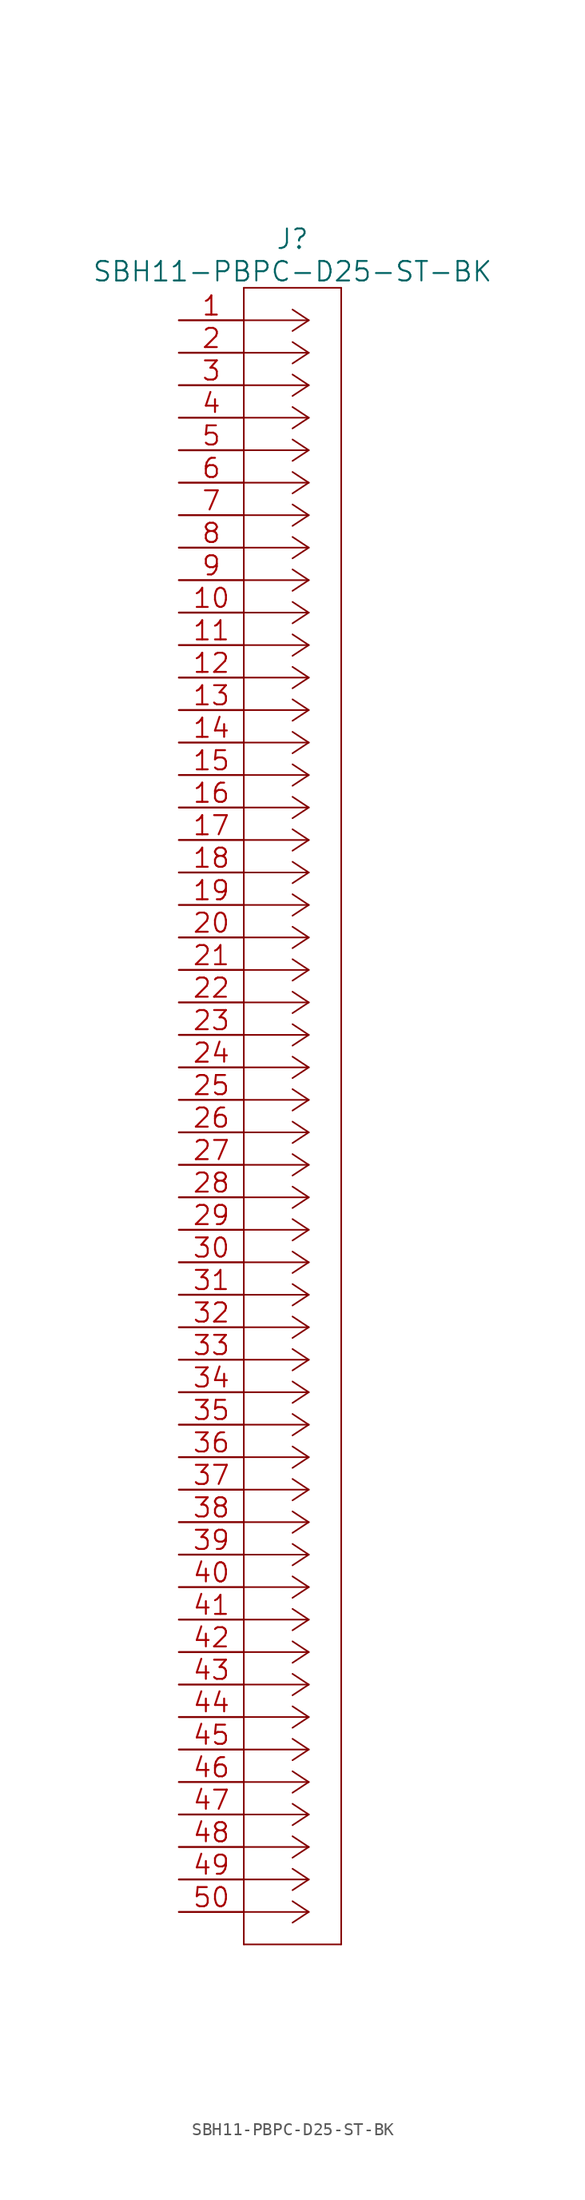
<source format=kicad_sym>
(kicad_symbol_lib
  (version 20211014)
  (generator kicad_symbol_editor)
  (symbol "SBH11-PBPC-D25-ST-BK"
    (pin_names
      (offset 0.254) hide)
    (property "Reference" "J"
      (at 8.89 6.35 0)
      (effects (font (size 1.524 1.524))))
    (property "Value" "SBH11-PBPC-D25-ST-BK"
      (at 8.89 3.81 0)
      (effects (font (size 1.524 1.524))))
    (property "Datasheet" ""
      (at 0 0 0)
      (effects (font (size 1.524 1.524))))
    (property "ki_locked" ""
      (at 0 0 0)
      (effects (font (size 1.27 1.27))))
    (symbol "SBH11-PBPC-D25-ST-BK_1_1"
      (polyline (pts (xy 5.08 -127) (xy 12.7 -127)) (stroke (width 0.127) (type default) (color 0 0 0 0)) (fill (type none)))
      (polyline (pts (xy 5.08 2.54) (xy 5.08 -127)) (stroke (width 0.127) (type default) (color 0 0 0 0)) (fill (type none)))
      (polyline (pts (xy 10.16 -124.46) (xy 5.08 -124.46)) (stroke (width 0.127) (type default) (color 0 0 0 0)) (fill (type none)))
      (polyline (pts (xy 10.16 -124.46) (xy 8.89 -125.298)) (stroke (width 0.127) (type default) (color 0 0 0 0)) (fill (type none)))
      (polyline (pts (xy 10.16 -124.46) (xy 8.89 -123.622)) (stroke (width 0.127) (type default) (color 0 0 0 0)) (fill (type none)))
      (polyline (pts (xy 10.16 -121.92) (xy 5.08 -121.92)) (stroke (width 0.127) (type default) (color 0 0 0 0)) (fill (type none)))
      (polyline (pts (xy 10.16 -121.92) (xy 8.89 -122.758)) (stroke (width 0.127) (type default) (color 0 0 0 0)) (fill (type none)))
      (polyline (pts (xy 10.16 -121.92) (xy 8.89 -121.082)) (stroke (width 0.127) (type default) (color 0 0 0 0)) (fill (type none)))
      (polyline (pts (xy 10.16 -119.38) (xy 5.08 -119.38)) (stroke (width 0.127) (type default) (color 0 0 0 0)) (fill (type none)))
      (polyline (pts (xy 10.16 -119.38) (xy 8.89 -120.218)) (stroke (width 0.127) (type default) (color 0 0 0 0)) (fill (type none)))
      (polyline (pts (xy 10.16 -119.38) (xy 8.89 -118.542)) (stroke (width 0.127) (type default) (color 0 0 0 0)) (fill (type none)))
      (polyline (pts (xy 10.16 -116.84) (xy 5.08 -116.84)) (stroke (width 0.127) (type default) (color 0 0 0 0)) (fill (type none)))
      (polyline (pts (xy 10.16 -116.84) (xy 8.89 -117.678)) (stroke (width 0.127) (type default) (color 0 0 0 0)) (fill (type none)))
      (polyline (pts (xy 10.16 -116.84) (xy 8.89 -116.002)) (stroke (width 0.127) (type default) (color 0 0 0 0)) (fill (type none)))
      (polyline (pts (xy 10.16 -114.3) (xy 5.08 -114.3)) (stroke (width 0.127) (type default) (color 0 0 0 0)) (fill (type none)))
      (polyline (pts (xy 10.16 -114.3) (xy 8.89 -115.138)) (stroke (width 0.127) (type default) (color 0 0 0 0)) (fill (type none)))
      (polyline (pts (xy 10.16 -114.3) (xy 8.89 -113.462)) (stroke (width 0.127) (type default) (color 0 0 0 0)) (fill (type none)))
      (polyline (pts (xy 10.16 -111.76) (xy 5.08 -111.76)) (stroke (width 0.127) (type default) (color 0 0 0 0)) (fill (type none)))
      (polyline (pts (xy 10.16 -111.76) (xy 8.89 -112.598)) (stroke (width 0.127) (type default) (color 0 0 0 0)) (fill (type none)))
      (polyline (pts (xy 10.16 -111.76) (xy 8.89 -110.922)) (stroke (width 0.127) (type default) (color 0 0 0 0)) (fill (type none)))
      (polyline (pts (xy 10.16 -109.22) (xy 5.08 -109.22)) (stroke (width 0.127) (type default) (color 0 0 0 0)) (fill (type none)))
      (polyline (pts (xy 10.16 -109.22) (xy 8.89 -110.058)) (stroke (width 0.127) (type default) (color 0 0 0 0)) (fill (type none)))
      (polyline (pts (xy 10.16 -109.22) (xy 8.89 -108.382)) (stroke (width 0.127) (type default) (color 0 0 0 0)) (fill (type none)))
      (polyline (pts (xy 10.16 -106.68) (xy 5.08 -106.68)) (stroke (width 0.127) (type default) (color 0 0 0 0)) (fill (type none)))
      (polyline (pts (xy 10.16 -106.68) (xy 8.89 -107.518)) (stroke (width 0.127) (type default) (color 0 0 0 0)) (fill (type none)))
      (polyline (pts (xy 10.16 -106.68) (xy 8.89 -105.842)) (stroke (width 0.127) (type default) (color 0 0 0 0)) (fill (type none)))
      (polyline (pts (xy 10.16 -104.14) (xy 5.08 -104.14)) (stroke (width 0.127) (type default) (color 0 0 0 0)) (fill (type none)))
      (polyline (pts (xy 10.16 -104.14) (xy 8.89 -104.978)) (stroke (width 0.127) (type default) (color 0 0 0 0)) (fill (type none)))
      (polyline (pts (xy 10.16 -104.14) (xy 8.89 -103.302)) (stroke (width 0.127) (type default) (color 0 0 0 0)) (fill (type none)))
      (polyline (pts (xy 10.16 -101.6) (xy 5.08 -101.6)) (stroke (width 0.127) (type default) (color 0 0 0 0)) (fill (type none)))
      (polyline (pts (xy 10.16 -101.6) (xy 8.89 -102.438)) (stroke (width 0.127) (type default) (color 0 0 0 0)) (fill (type none)))
      (polyline (pts (xy 10.16 -101.6) (xy 8.89 -100.762)) (stroke (width 0.127) (type default) (color 0 0 0 0)) (fill (type none)))
      (polyline (pts (xy 10.16 -99.06) (xy 5.08 -99.06)) (stroke (width 0.127) (type default) (color 0 0 0 0)) (fill (type none)))
      (polyline (pts (xy 10.16 -99.06) (xy 8.89 -99.898)) (stroke (width 0.127) (type default) (color 0 0 0 0)) (fill (type none)))
      (polyline (pts (xy 10.16 -99.06) (xy 8.89 -98.222)) (stroke (width 0.127) (type default) (color 0 0 0 0)) (fill (type none)))
      (polyline (pts (xy 10.16 -96.52) (xy 5.08 -96.52)) (stroke (width 0.127) (type default) (color 0 0 0 0)) (fill (type none)))
      (polyline (pts (xy 10.16 -96.52) (xy 8.89 -97.358)) (stroke (width 0.127) (type default) (color 0 0 0 0)) (fill (type none)))
      (polyline (pts (xy 10.16 -96.52) (xy 8.89 -95.682)) (stroke (width 0.127) (type default) (color 0 0 0 0)) (fill (type none)))
      (polyline (pts (xy 10.16 -93.98) (xy 5.08 -93.98)) (stroke (width 0.127) (type default) (color 0 0 0 0)) (fill (type none)))
      (polyline (pts (xy 10.16 -93.98) (xy 8.89 -94.818)) (stroke (width 0.127) (type default) (color 0 0 0 0)) (fill (type none)))
      (polyline (pts (xy 10.16 -93.98) (xy 8.89 -93.142)) (stroke (width 0.127) (type default) (color 0 0 0 0)) (fill (type none)))
      (polyline (pts (xy 10.16 -91.44) (xy 5.08 -91.44)) (stroke (width 0.127) (type default) (color 0 0 0 0)) (fill (type none)))
      (polyline (pts (xy 10.16 -91.44) (xy 8.89 -92.278)) (stroke (width 0.127) (type default) (color 0 0 0 0)) (fill (type none)))
      (polyline (pts (xy 10.16 -91.44) (xy 8.89 -90.602)) (stroke (width 0.127) (type default) (color 0 0 0 0)) (fill (type none)))
      (polyline (pts (xy 10.16 -88.9) (xy 5.08 -88.9)) (stroke (width 0.127) (type default) (color 0 0 0 0)) (fill (type none)))
      (polyline (pts (xy 10.16 -88.9) (xy 8.89 -89.738)) (stroke (width 0.127) (type default) (color 0 0 0 0)) (fill (type none)))
      (polyline (pts (xy 10.16 -88.9) (xy 8.89 -88.062)) (stroke (width 0.127) (type default) (color 0 0 0 0)) (fill (type none)))
      (polyline (pts (xy 10.16 -86.36) (xy 5.08 -86.36)) (stroke (width 0.127) (type default) (color 0 0 0 0)) (fill (type none)))
      (polyline (pts (xy 10.16 -86.36) (xy 8.89 -87.198)) (stroke (width 0.127) (type default) (color 0 0 0 0)) (fill (type none)))
      (polyline (pts (xy 10.16 -86.36) (xy 8.89 -85.522)) (stroke (width 0.127) (type default) (color 0 0 0 0)) (fill (type none)))
      (polyline (pts (xy 10.16 -83.82) (xy 5.08 -83.82)) (stroke (width 0.127) (type default) (color 0 0 0 0)) (fill (type none)))
      (polyline (pts (xy 10.16 -83.82) (xy 8.89 -84.658)) (stroke (width 0.127) (type default) (color 0 0 0 0)) (fill (type none)))
      (polyline (pts (xy 10.16 -83.82) (xy 8.89 -82.982)) (stroke (width 0.127) (type default) (color 0 0 0 0)) (fill (type none)))
      (polyline (pts (xy 10.16 -81.28) (xy 5.08 -81.28)) (stroke (width 0.127) (type default) (color 0 0 0 0)) (fill (type none)))
      (polyline (pts (xy 10.16 -81.28) (xy 8.89 -82.118)) (stroke (width 0.127) (type default) (color 0 0 0 0)) (fill (type none)))
      (polyline (pts (xy 10.16 -81.28) (xy 8.89 -80.442)) (stroke (width 0.127) (type default) (color 0 0 0 0)) (fill (type none)))
      (polyline (pts (xy 10.16 -78.74) (xy 5.08 -78.74)) (stroke (width 0.127) (type default) (color 0 0 0 0)) (fill (type none)))
      (polyline (pts (xy 10.16 -78.74) (xy 8.89 -79.578)) (stroke (width 0.127) (type default) (color 0 0 0 0)) (fill (type none)))
      (polyline (pts (xy 10.16 -78.74) (xy 8.89 -77.902)) (stroke (width 0.127) (type default) (color 0 0 0 0)) (fill (type none)))
      (polyline (pts (xy 10.16 -76.2) (xy 5.08 -76.2)) (stroke (width 0.127) (type default) (color 0 0 0 0)) (fill (type none)))
      (polyline (pts (xy 10.16 -76.2) (xy 8.89 -77.038)) (stroke (width 0.127) (type default) (color 0 0 0 0)) (fill (type none)))
      (polyline (pts (xy 10.16 -76.2) (xy 8.89 -75.362)) (stroke (width 0.127) (type default) (color 0 0 0 0)) (fill (type none)))
      (polyline (pts (xy 10.16 -73.66) (xy 5.08 -73.66)) (stroke (width 0.127) (type default) (color 0 0 0 0)) (fill (type none)))
      (polyline (pts (xy 10.16 -73.66) (xy 8.89 -74.498)) (stroke (width 0.127) (type default) (color 0 0 0 0)) (fill (type none)))
      (polyline (pts (xy 10.16 -73.66) (xy 8.89 -72.822)) (stroke (width 0.127) (type default) (color 0 0 0 0)) (fill (type none)))
      (polyline (pts (xy 10.16 -71.12) (xy 5.08 -71.12)) (stroke (width 0.127) (type default) (color 0 0 0 0)) (fill (type none)))
      (polyline (pts (xy 10.16 -71.12) (xy 8.89 -71.958)) (stroke (width 0.127) (type default) (color 0 0 0 0)) (fill (type none)))
      (polyline (pts (xy 10.16 -71.12) (xy 8.89 -70.282)) (stroke (width 0.127) (type default) (color 0 0 0 0)) (fill (type none)))
      (polyline (pts (xy 10.16 -68.58) (xy 5.08 -68.58)) (stroke (width 0.127) (type default) (color 0 0 0 0)) (fill (type none)))
      (polyline (pts (xy 10.16 -68.58) (xy 8.89 -69.418)) (stroke (width 0.127) (type default) (color 0 0 0 0)) (fill (type none)))
      (polyline (pts (xy 10.16 -68.58) (xy 8.89 -67.742)) (stroke (width 0.127) (type default) (color 0 0 0 0)) (fill (type none)))
      (polyline (pts (xy 10.16 -66.04) (xy 5.08 -66.04)) (stroke (width 0.127) (type default) (color 0 0 0 0)) (fill (type none)))
      (polyline (pts (xy 10.16 -66.04) (xy 8.89 -66.878)) (stroke (width 0.127) (type default) (color 0 0 0 0)) (fill (type none)))
      (polyline (pts (xy 10.16 -66.04) (xy 8.89 -65.202)) (stroke (width 0.127) (type default) (color 0 0 0 0)) (fill (type none)))
      (polyline (pts (xy 10.16 -63.5) (xy 5.08 -63.5)) (stroke (width 0.127) (type default) (color 0 0 0 0)) (fill (type none)))
      (polyline (pts (xy 10.16 -63.5) (xy 8.89 -64.338)) (stroke (width 0.127) (type default) (color 0 0 0 0)) (fill (type none)))
      (polyline (pts (xy 10.16 -63.5) (xy 8.89 -62.662)) (stroke (width 0.127) (type default) (color 0 0 0 0)) (fill (type none)))
      (polyline (pts (xy 10.16 -60.96) (xy 5.08 -60.96)) (stroke (width 0.127) (type default) (color 0 0 0 0)) (fill (type none)))
      (polyline (pts (xy 10.16 -60.96) (xy 8.89 -61.798)) (stroke (width 0.127) (type default) (color 0 0 0 0)) (fill (type none)))
      (polyline (pts (xy 10.16 -60.96) (xy 8.89 -60.122)) (stroke (width 0.127) (type default) (color 0 0 0 0)) (fill (type none)))
      (polyline (pts (xy 10.16 -58.42) (xy 5.08 -58.42)) (stroke (width 0.127) (type default) (color 0 0 0 0)) (fill (type none)))
      (polyline (pts (xy 10.16 -58.42) (xy 8.89 -59.258)) (stroke (width 0.127) (type default) (color 0 0 0 0)) (fill (type none)))
      (polyline (pts (xy 10.16 -58.42) (xy 8.89 -57.582)) (stroke (width 0.127) (type default) (color 0 0 0 0)) (fill (type none)))
      (polyline (pts (xy 10.16 -55.88) (xy 5.08 -55.88)) (stroke (width 0.127) (type default) (color 0 0 0 0)) (fill (type none)))
      (polyline (pts (xy 10.16 -55.88) (xy 8.89 -56.718)) (stroke (width 0.127) (type default) (color 0 0 0 0)) (fill (type none)))
      (polyline (pts (xy 10.16 -55.88) (xy 8.89 -55.042)) (stroke (width 0.127) (type default) (color 0 0 0 0)) (fill (type none)))
      (polyline (pts (xy 10.16 -53.34) (xy 5.08 -53.34)) (stroke (width 0.127) (type default) (color 0 0 0 0)) (fill (type none)))
      (polyline (pts (xy 10.16 -53.34) (xy 8.89 -54.178)) (stroke (width 0.127) (type default) (color 0 0 0 0)) (fill (type none)))
      (polyline (pts (xy 10.16 -53.34) (xy 8.89 -52.502)) (stroke (width 0.127) (type default) (color 0 0 0 0)) (fill (type none)))
      (polyline (pts (xy 10.16 -50.8) (xy 5.08 -50.8)) (stroke (width 0.127) (type default) (color 0 0 0 0)) (fill (type none)))
      (polyline (pts (xy 10.16 -50.8) (xy 8.89 -51.638)) (stroke (width 0.127) (type default) (color 0 0 0 0)) (fill (type none)))
      (polyline (pts (xy 10.16 -50.8) (xy 8.89 -49.962)) (stroke (width 0.127) (type default) (color 0 0 0 0)) (fill (type none)))
      (polyline (pts (xy 10.16 -48.26) (xy 5.08 -48.26)) (stroke (width 0.127) (type default) (color 0 0 0 0)) (fill (type none)))
      (polyline (pts (xy 10.16 -48.26) (xy 8.89 -49.098)) (stroke (width 0.127) (type default) (color 0 0 0 0)) (fill (type none)))
      (polyline (pts (xy 10.16 -48.26) (xy 8.89 -47.422)) (stroke (width 0.127) (type default) (color 0 0 0 0)) (fill (type none)))
      (polyline (pts (xy 10.16 -45.72) (xy 5.08 -45.72)) (stroke (width 0.127) (type default) (color 0 0 0 0)) (fill (type none)))
      (polyline (pts (xy 10.16 -45.72) (xy 8.89 -46.558)) (stroke (width 0.127) (type default) (color 0 0 0 0)) (fill (type none)))
      (polyline (pts (xy 10.16 -45.72) (xy 8.89 -44.882)) (stroke (width 0.127) (type default) (color 0 0 0 0)) (fill (type none)))
      (polyline (pts (xy 10.16 -43.18) (xy 5.08 -43.18)) (stroke (width 0.127) (type default) (color 0 0 0 0)) (fill (type none)))
      (polyline (pts (xy 10.16 -43.18) (xy 8.89 -44.018)) (stroke (width 0.127) (type default) (color 0 0 0 0)) (fill (type none)))
      (polyline (pts (xy 10.16 -43.18) (xy 8.89 -42.342)) (stroke (width 0.127) (type default) (color 0 0 0 0)) (fill (type none)))
      (polyline (pts (xy 10.16 -40.64) (xy 5.08 -40.64)) (stroke (width 0.127) (type default) (color 0 0 0 0)) (fill (type none)))
      (polyline (pts (xy 10.16 -40.64) (xy 8.89 -41.478)) (stroke (width 0.127) (type default) (color 0 0 0 0)) (fill (type none)))
      (polyline (pts (xy 10.16 -40.64) (xy 8.89 -39.802)) (stroke (width 0.127) (type default) (color 0 0 0 0)) (fill (type none)))
      (polyline (pts (xy 10.16 -38.1) (xy 5.08 -38.1)) (stroke (width 0.127) (type default) (color 0 0 0 0)) (fill (type none)))
      (polyline (pts (xy 10.16 -38.1) (xy 8.89 -38.938)) (stroke (width 0.127) (type default) (color 0 0 0 0)) (fill (type none)))
      (polyline (pts (xy 10.16 -38.1) (xy 8.89 -37.262)) (stroke (width 0.127) (type default) (color 0 0 0 0)) (fill (type none)))
      (polyline (pts (xy 10.16 -35.56) (xy 5.08 -35.56)) (stroke (width 0.127) (type default) (color 0 0 0 0)) (fill (type none)))
      (polyline (pts (xy 10.16 -35.56) (xy 8.89 -36.398)) (stroke (width 0.127) (type default) (color 0 0 0 0)) (fill (type none)))
      (polyline (pts (xy 10.16 -35.56) (xy 8.89 -34.722)) (stroke (width 0.127) (type default) (color 0 0 0 0)) (fill (type none)))
      (polyline (pts (xy 10.16 -33.02) (xy 5.08 -33.02)) (stroke (width 0.127) (type default) (color 0 0 0 0)) (fill (type none)))
      (polyline (pts (xy 10.16 -33.02) (xy 8.89 -33.858)) (stroke (width 0.127) (type default) (color 0 0 0 0)) (fill (type none)))
      (polyline (pts (xy 10.16 -33.02) (xy 8.89 -32.182)) (stroke (width 0.127) (type default) (color 0 0 0 0)) (fill (type none)))
      (polyline (pts (xy 10.16 -30.48) (xy 5.08 -30.48)) (stroke (width 0.127) (type default) (color 0 0 0 0)) (fill (type none)))
      (polyline (pts (xy 10.16 -30.48) (xy 8.89 -31.318)) (stroke (width 0.127) (type default) (color 0 0 0 0)) (fill (type none)))
      (polyline (pts (xy 10.16 -30.48) (xy 8.89 -29.642)) (stroke (width 0.127) (type default) (color 0 0 0 0)) (fill (type none)))
      (polyline (pts (xy 10.16 -27.94) (xy 5.08 -27.94)) (stroke (width 0.127) (type default) (color 0 0 0 0)) (fill (type none)))
      (polyline (pts (xy 10.16 -27.94) (xy 8.89 -28.778)) (stroke (width 0.127) (type default) (color 0 0 0 0)) (fill (type none)))
      (polyline (pts (xy 10.16 -27.94) (xy 8.89 -27.102)) (stroke (width 0.127) (type default) (color 0 0 0 0)) (fill (type none)))
      (polyline (pts (xy 10.16 -25.4) (xy 5.08 -25.4)) (stroke (width 0.127) (type default) (color 0 0 0 0)) (fill (type none)))
      (polyline (pts (xy 10.16 -25.4) (xy 8.89 -26.238)) (stroke (width 0.127) (type default) (color 0 0 0 0)) (fill (type none)))
      (polyline (pts (xy 10.16 -25.4) (xy 8.89 -24.562)) (stroke (width 0.127) (type default) (color 0 0 0 0)) (fill (type none)))
      (polyline (pts (xy 10.16 -22.86) (xy 5.08 -22.86)) (stroke (width 0.127) (type default) (color 0 0 0 0)) (fill (type none)))
      (polyline (pts (xy 10.16 -22.86) (xy 8.89 -23.698)) (stroke (width 0.127) (type default) (color 0 0 0 0)) (fill (type none)))
      (polyline (pts (xy 10.16 -22.86) (xy 8.89 -22.022)) (stroke (width 0.127) (type default) (color 0 0 0 0)) (fill (type none)))
      (polyline (pts (xy 10.16 -20.32) (xy 5.08 -20.32)) (stroke (width 0.127) (type default) (color 0 0 0 0)) (fill (type none)))
      (polyline (pts (xy 10.16 -20.32) (xy 8.89 -21.158)) (stroke (width 0.127) (type default) (color 0 0 0 0)) (fill (type none)))
      (polyline (pts (xy 10.16 -20.32) (xy 8.89 -19.482)) (stroke (width 0.127) (type default) (color 0 0 0 0)) (fill (type none)))
      (polyline (pts (xy 10.16 -17.78) (xy 5.08 -17.78)) (stroke (width 0.127) (type default) (color 0 0 0 0)) (fill (type none)))
      (polyline (pts (xy 10.16 -17.78) (xy 8.89 -18.618)) (stroke (width 0.127) (type default) (color 0 0 0 0)) (fill (type none)))
      (polyline (pts (xy 10.16 -17.78) (xy 8.89 -16.942)) (stroke (width 0.127) (type default) (color 0 0 0 0)) (fill (type none)))
      (polyline (pts (xy 10.16 -15.24) (xy 5.08 -15.24)) (stroke (width 0.127) (type default) (color 0 0 0 0)) (fill (type none)))
      (polyline (pts (xy 10.16 -15.24) (xy 8.89 -16.078)) (stroke (width 0.127) (type default) (color 0 0 0 0)) (fill (type none)))
      (polyline (pts (xy 10.16 -15.24) (xy 8.89 -14.402)) (stroke (width 0.127) (type default) (color 0 0 0 0)) (fill (type none)))
      (polyline (pts (xy 10.16 -12.7) (xy 5.08 -12.7)) (stroke (width 0.127) (type default) (color 0 0 0 0)) (fill (type none)))
      (polyline (pts (xy 10.16 -12.7) (xy 8.89 -13.538)) (stroke (width 0.127) (type default) (color 0 0 0 0)) (fill (type none)))
      (polyline (pts (xy 10.16 -12.7) (xy 8.89 -11.862)) (stroke (width 0.127) (type default) (color 0 0 0 0)) (fill (type none)))
      (polyline (pts (xy 10.16 -10.16) (xy 5.08 -10.16)) (stroke (width 0.127) (type default) (color 0 0 0 0)) (fill (type none)))
      (polyline (pts (xy 10.16 -10.16) (xy 8.89 -10.998)) (stroke (width 0.127) (type default) (color 0 0 0 0)) (fill (type none)))
      (polyline (pts (xy 10.16 -10.16) (xy 8.89 -9.322)) (stroke (width 0.127) (type default) (color 0 0 0 0)) (fill (type none)))
      (polyline (pts (xy 10.16 -7.62) (xy 5.08 -7.62)) (stroke (width 0.127) (type default) (color 0 0 0 0)) (fill (type none)))
      (polyline (pts (xy 10.16 -7.62) (xy 8.89 -8.458)) (stroke (width 0.127) (type default) (color 0 0 0 0)) (fill (type none)))
      (polyline (pts (xy 10.16 -7.62) (xy 8.89 -6.782)) (stroke (width 0.127) (type default) (color 0 0 0 0)) (fill (type none)))
      (polyline (pts (xy 10.16 -5.08) (xy 5.08 -5.08)) (stroke (width 0.127) (type default) (color 0 0 0 0)) (fill (type none)))
      (polyline (pts (xy 10.16 -5.08) (xy 8.89 -5.918)) (stroke (width 0.127) (type default) (color 0 0 0 0)) (fill (type none)))
      (polyline (pts (xy 10.16 -5.08) (xy 8.89 -4.242)) (stroke (width 0.127) (type default) (color 0 0 0 0)) (fill (type none)))
      (polyline (pts (xy 10.16 -2.54) (xy 5.08 -2.54)) (stroke (width 0.127) (type default) (color 0 0 0 0)) (fill (type none)))
      (polyline (pts (xy 10.16 -2.54) (xy 8.89 -3.378)) (stroke (width 0.127) (type default) (color 0 0 0 0)) (fill (type none)))
      (polyline (pts (xy 10.16 -2.54) (xy 8.89 -1.702)) (stroke (width 0.127) (type default) (color 0 0 0 0)) (fill (type none)))
      (polyline (pts (xy 10.16 0) (xy 5.08 0)) (stroke (width 0.127) (type default) (color 0 0 0 0)) (fill (type none)))
      (polyline (pts (xy 10.16 0) (xy 8.89 -0.838)) (stroke (width 0.127) (type default) (color 0 0 0 0)) (fill (type none)))
      (polyline (pts (xy 10.16 0) (xy 8.89 0.838)) (stroke (width 0.127) (type default) (color 0 0 0 0)) (fill (type none)))
      (polyline (pts (xy 12.7 -127) (xy 12.7 2.54)) (stroke (width 0.127) (type default) (color 0 0 0 0)) (fill (type none)))
      (polyline (pts (xy 12.7 2.54) (xy 5.08 2.54)) (stroke (width 0.127) (type default) (color 0 0 0 0)) (fill (type none)))
      (pin unspecified line (at 0 0 0) (length 5.08) (name "1" (effects (font (size 1.499 1.499)))) (number "1" (effects (font (size 1.499 1.499)))))
      (pin unspecified line (at 0 -22.86 0) (length 5.08) (name "10" (effects (font (size 1.499 1.499)))) (number "10" (effects (font (size 1.499 1.499)))))
      (pin unspecified line (at 0 -25.4 0) (length 5.08) (name "11" (effects (font (size 1.499 1.499)))) (number "11" (effects (font (size 1.499 1.499)))))
      (pin unspecified line (at 0 -27.94 0) (length 5.08) (name "12" (effects (font (size 1.499 1.499)))) (number "12" (effects (font (size 1.499 1.499)))))
      (pin unspecified line (at 0 -30.48 0) (length 5.08) (name "13" (effects (font (size 1.499 1.499)))) (number "13" (effects (font (size 1.499 1.499)))))
      (pin unspecified line (at 0 -33.02 0) (length 5.08) (name "14" (effects (font (size 1.499 1.499)))) (number "14" (effects (font (size 1.499 1.499)))))
      (pin unspecified line (at 0 -35.56 0) (length 5.08) (name "15" (effects (font (size 1.499 1.499)))) (number "15" (effects (font (size 1.499 1.499)))))
      (pin unspecified line (at 0 -38.1 0) (length 5.08) (name "16" (effects (font (size 1.499 1.499)))) (number "16" (effects (font (size 1.499 1.499)))))
      (pin unspecified line (at 0 -40.64 0) (length 5.08) (name "17" (effects (font (size 1.499 1.499)))) (number "17" (effects (font (size 1.499 1.499)))))
      (pin unspecified line (at 0 -43.18 0) (length 5.08) (name "18" (effects (font (size 1.499 1.499)))) (number "18" (effects (font (size 1.499 1.499)))))
      (pin unspecified line (at 0 -45.72 0) (length 5.08) (name "19" (effects (font (size 1.499 1.499)))) (number "19" (effects (font (size 1.499 1.499)))))
      (pin unspecified line (at 0 -2.54 0) (length 5.08) (name "2" (effects (font (size 1.499 1.499)))) (number "2" (effects (font (size 1.499 1.499)))))
      (pin unspecified line (at 0 -48.26 0) (length 5.08) (name "20" (effects (font (size 1.499 1.499)))) (number "20" (effects (font (size 1.499 1.499)))))
      (pin unspecified line (at 0 -50.8 0) (length 5.08) (name "21" (effects (font (size 1.499 1.499)))) (number "21" (effects (font (size 1.499 1.499)))))
      (pin unspecified line (at 0 -53.34 0) (length 5.08) (name "22" (effects (font (size 1.499 1.499)))) (number "22" (effects (font (size 1.499 1.499)))))
      (pin unspecified line (at 0 -55.88 0) (length 5.08) (name "23" (effects (font (size 1.499 1.499)))) (number "23" (effects (font (size 1.499 1.499)))))
      (pin unspecified line (at 0 -58.42 0) (length 5.08) (name "24" (effects (font (size 1.499 1.499)))) (number "24" (effects (font (size 1.499 1.499)))))
      (pin unspecified line (at 0 -60.96 0) (length 5.08) (name "25" (effects (font (size 1.499 1.499)))) (number "25" (effects (font (size 1.499 1.499)))))
      (pin unspecified line (at 0 -63.5 0) (length 5.08) (name "26" (effects (font (size 1.499 1.499)))) (number "26" (effects (font (size 1.499 1.499)))))
      (pin unspecified line (at 0 -66.04 0) (length 5.08) (name "27" (effects (font (size 1.499 1.499)))) (number "27" (effects (font (size 1.499 1.499)))))
      (pin unspecified line (at 0 -68.58 0) (length 5.08) (name "28" (effects (font (size 1.499 1.499)))) (number "28" (effects (font (size 1.499 1.499)))))
      (pin unspecified line (at 0 -71.12 0) (length 5.08) (name "29" (effects (font (size 1.499 1.499)))) (number "29" (effects (font (size 1.499 1.499)))))
      (pin unspecified line (at 0 -5.08 0) (length 5.08) (name "3" (effects (font (size 1.499 1.499)))) (number "3" (effects (font (size 1.499 1.499)))))
      (pin unspecified line (at 0 -73.66 0) (length 5.08) (name "30" (effects (font (size 1.499 1.499)))) (number "30" (effects (font (size 1.499 1.499)))))
      (pin unspecified line (at 0 -76.2 0) (length 5.08) (name "31" (effects (font (size 1.499 1.499)))) (number "31" (effects (font (size 1.499 1.499)))))
      (pin unspecified line (at 0 -78.74 0) (length 5.08) (name "32" (effects (font (size 1.499 1.499)))) (number "32" (effects (font (size 1.499 1.499)))))
      (pin unspecified line (at 0 -81.28 0) (length 5.08) (name "33" (effects (font (size 1.499 1.499)))) (number "33" (effects (font (size 1.499 1.499)))))
      (pin unspecified line (at 0 -83.82 0) (length 5.08) (name "34" (effects (font (size 1.499 1.499)))) (number "34" (effects (font (size 1.499 1.499)))))
      (pin unspecified line (at 0 -86.36 0) (length 5.08) (name "35" (effects (font (size 1.499 1.499)))) (number "35" (effects (font (size 1.499 1.499)))))
      (pin unspecified line (at 0 -88.9 0) (length 5.08) (name "36" (effects (font (size 1.499 1.499)))) (number "36" (effects (font (size 1.499 1.499)))))
      (pin unspecified line (at 0 -91.44 0) (length 5.08) (name "37" (effects (font (size 1.499 1.499)))) (number "37" (effects (font (size 1.499 1.499)))))
      (pin unspecified line (at 0 -93.98 0) (length 5.08) (name "38" (effects (font (size 1.499 1.499)))) (number "38" (effects (font (size 1.499 1.499)))))
      (pin unspecified line (at 0 -96.52 0) (length 5.08) (name "39" (effects (font (size 1.499 1.499)))) (number "39" (effects (font (size 1.499 1.499)))))
      (pin unspecified line (at 0 -7.62 0) (length 5.08) (name "4" (effects (font (size 1.499 1.499)))) (number "4" (effects (font (size 1.499 1.499)))))
      (pin unspecified line (at 0 -99.06 0) (length 5.08) (name "40" (effects (font (size 1.499 1.499)))) (number "40" (effects (font (size 1.499 1.499)))))
      (pin unspecified line (at 0 -101.6 0) (length 5.08) (name "41" (effects (font (size 1.499 1.499)))) (number "41" (effects (font (size 1.499 1.499)))))
      (pin unspecified line (at 0 -104.14 0) (length 5.08) (name "42" (effects (font (size 1.499 1.499)))) (number "42" (effects (font (size 1.499 1.499)))))
      (pin unspecified line (at 0 -106.68 0) (length 5.08) (name "43" (effects (font (size 1.499 1.499)))) (number "43" (effects (font (size 1.499 1.499)))))
      (pin unspecified line (at 0 -109.22 0) (length 5.08) (name "44" (effects (font (size 1.499 1.499)))) (number "44" (effects (font (size 1.499 1.499)))))
      (pin unspecified line (at 0 -111.76 0) (length 5.08) (name "45" (effects (font (size 1.499 1.499)))) (number "45" (effects (font (size 1.499 1.499)))))
      (pin unspecified line (at 0 -114.3 0) (length 5.08) (name "46" (effects (font (size 1.499 1.499)))) (number "46" (effects (font (size 1.499 1.499)))))
      (pin unspecified line (at 0 -116.84 0) (length 5.08) (name "47" (effects (font (size 1.499 1.499)))) (number "47" (effects (font (size 1.499 1.499)))))
      (pin unspecified line (at 0 -119.38 0) (length 5.08) (name "48" (effects (font (size 1.499 1.499)))) (number "48" (effects (font (size 1.499 1.499)))))
      (pin unspecified line (at 0 -121.92 0) (length 5.08) (name "49" (effects (font (size 1.499 1.499)))) (number "49" (effects (font (size 1.499 1.499)))))
      (pin unspecified line (at 0 -10.16 0) (length 5.08) (name "5" (effects (font (size 1.499 1.499)))) (number "5" (effects (font (size 1.499 1.499)))))
      (pin unspecified line (at 0 -124.46 0) (length 5.08) (name "50" (effects (font (size 1.499 1.499)))) (number "50" (effects (font (size 1.499 1.499)))))
      (pin unspecified line (at 0 -12.7 0) (length 5.08) (name "6" (effects (font (size 1.499 1.499)))) (number "6" (effects (font (size 1.499 1.499)))))
      (pin unspecified line (at 0 -15.24 0) (length 5.08) (name "7" (effects (font (size 1.499 1.499)))) (number "7" (effects (font (size 1.499 1.499)))))
      (pin unspecified line (at 0 -17.78 0) (length 5.08) (name "8" (effects (font (size 1.499 1.499)))) (number "8" (effects (font (size 1.499 1.499)))))
      (pin unspecified line (at 0 -20.32 0) (length 5.08) (name "9" (effects (font (size 1.499 1.499)))) (number "9" (effects (font (size 1.499 1.499))))))))
</source>
